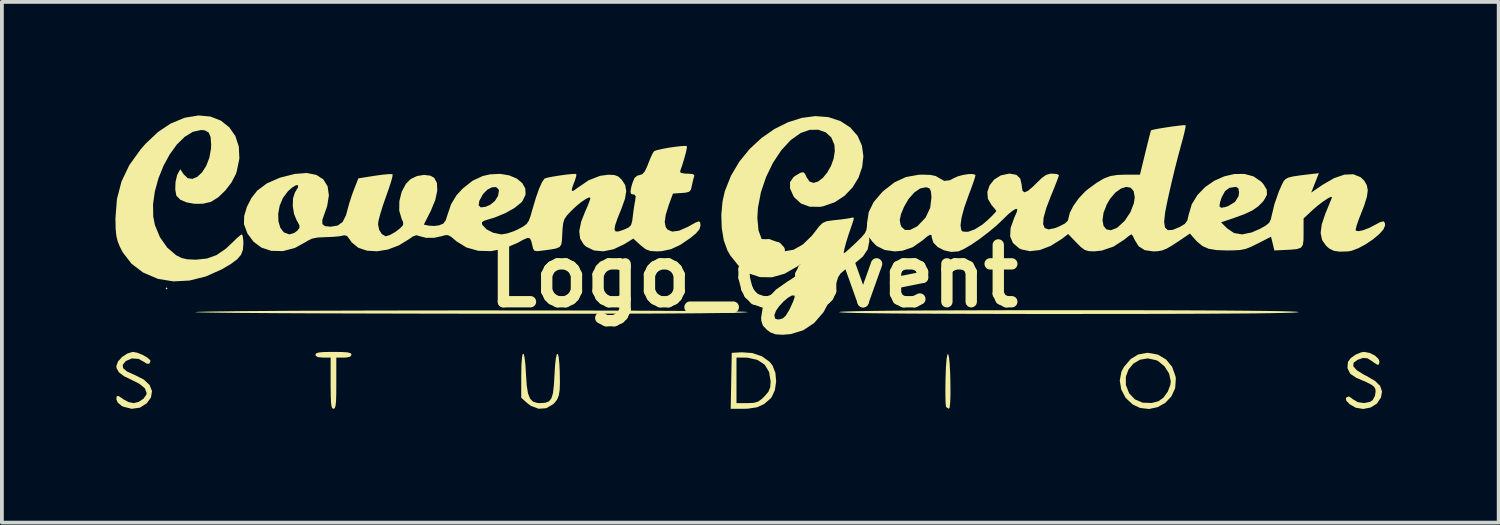
<source format=kicad_pcb>
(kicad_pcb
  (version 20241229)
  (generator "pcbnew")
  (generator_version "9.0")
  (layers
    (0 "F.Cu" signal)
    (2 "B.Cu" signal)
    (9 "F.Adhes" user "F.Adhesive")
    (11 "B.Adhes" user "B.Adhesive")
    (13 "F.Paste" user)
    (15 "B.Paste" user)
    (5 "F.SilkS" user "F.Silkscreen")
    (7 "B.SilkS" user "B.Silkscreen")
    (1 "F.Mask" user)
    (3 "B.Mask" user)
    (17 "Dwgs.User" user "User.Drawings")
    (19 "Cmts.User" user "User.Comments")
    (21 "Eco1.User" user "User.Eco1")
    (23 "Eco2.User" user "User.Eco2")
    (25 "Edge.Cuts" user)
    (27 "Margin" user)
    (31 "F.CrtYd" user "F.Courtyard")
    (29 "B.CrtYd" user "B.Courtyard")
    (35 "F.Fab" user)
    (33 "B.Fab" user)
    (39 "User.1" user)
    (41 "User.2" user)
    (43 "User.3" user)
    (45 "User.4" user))
  (footprint "Logo_Covent"
    (layer "F.Cu")
    (at 16.856 4.242)
    (property "Reference" "Logo_Covent" (at 0 0 0) (layer "F.SilkS") (effects (font (size 1.5 1.5) (thickness 0.3))))
    (attr board_only exclude_from_pos_files exclude_from_bom)
    (fp_poly (pts (xy -15.48 0.326) (xy -15.506 0.351) (xy -15.531 0.326) (xy -15.506 0.301)) (stroke (width 0) (type solid)) (fill yes) (layer "F.SilkS"))
    (fp_poly (pts (xy 5.161 2.137) (xy 5.18 2.31) (xy 5.194 2.577) (xy 5.199 2.78) (xy 5.202 3.11) (xy 5.195 3.34) (xy 5.18 3.472) (xy 5.16 3.507) (xy 5.096 3.467) (xy 5.082 3.442) (xy 5.074 3.369) (xy 5.069 3.218) (xy 5.067 3.008) (xy 5.07 2.761) (xy 5.071 2.715) (xy 5.082 2.404) (xy 5.099 2.191) (xy 5.119 2.077) (xy 5.14 2.059)) (stroke (width 0) (type solid)) (fill yes) (layer "F.SilkS"))
    (fp_poly (pts (xy -10.87 2.007) (xy -10.726 2.016) (xy -10.649 2.036) (xy -10.622 2.068) (xy -10.621 2.079) (xy -10.654 2.131) (xy -10.764 2.153) (xy -10.821 2.154) (xy -11.022 2.154) (xy -11.022 2.831) (xy -11.023 3.108) (xy -11.029 3.299) (xy -11.041 3.42) (xy -11.06 3.484) (xy -11.088 3.506) (xy -11.097 3.507) (xy -11.128 3.493) (xy -11.149 3.44) (xy -11.162 3.335) (xy -11.169 3.162) (xy -11.172 2.907) (xy -11.172 2.831) (xy -11.172 2.154) (xy -11.372 2.154) (xy -11.512 2.142) (xy -11.569 2.101) (xy -11.573 2.079) (xy -11.556 2.043) (xy -11.493 2.021) (xy -11.369 2.008) (xy -11.166 2.004) (xy -11.097 2.004)) (stroke (width 0) (type solid)) (fill yes) (layer "F.SilkS"))
    (fp_poly (pts (xy -0.031 2.034) (xy 0.224 2.122) (xy 0.425 2.267) (xy 0.502 2.364) (xy 0.577 2.559) (xy 0.597 2.788) (xy 0.563 3.014) (xy 0.478 3.199) (xy 0.448 3.235) (xy 0.278 3.382) (xy 0.088 3.468) (xy -0.154 3.504) (xy -0.274 3.507) (xy -0.604 3.507) (xy -0.59 2.768) (xy -0.59 2.755) (xy -0.451 2.755) (xy -0.451 3.357) (xy -0.17 3.357) (xy 0.002 3.35) (xy 0.117 3.318) (xy 0.218 3.246) (xy 0.281 3.186) (xy 0.39 3.06) (xy 0.44 2.94) (xy 0.451 2.784) (xy 0.41 2.532) (xy 0.292 2.34) (xy 0.1 2.214) (xy -0.161 2.157) (xy -0.249 2.154) (xy -0.451 2.154) (xy -0.451 2.755) (xy -0.59 2.755) (xy -0.576 2.029) (xy -0.314 2.014)) (stroke (width 0) (type solid)) (fill yes) (layer "F.SilkS"))
    (fp_poly (pts (xy -6.049 2.149) (xy -6.027 2.342) (xy -6.012 2.588) (xy -5.992 2.887) (xy -5.958 3.1) (xy -5.903 3.24) (xy -5.822 3.32) (xy -5.708 3.353) (xy -5.638 3.357) (xy -5.501 3.347) (xy -5.404 3.31) (xy -5.339 3.229) (xy -5.298 3.09) (xy -5.274 2.878) (xy -5.26 2.634) (xy -5.243 2.354) (xy -5.221 2.164) (xy -5.196 2.064) (xy -5.17 2.058) (xy -5.147 2.146) (xy -5.129 2.332) (xy -5.12 2.53) (xy -5.115 2.811) (xy -5.122 3.013) (xy -5.145 3.156) (xy -5.188 3.261) (xy -5.255 3.347) (xy -5.295 3.386) (xy -5.475 3.491) (xy -5.676 3.506) (xy -5.878 3.432) (xy -5.973 3.361) (xy -6.137 3.215) (xy -6.137 2.635) (xy -6.132 2.348) (xy -6.117 2.155) (xy -6.097 2.057) (xy -6.073 2.055)) (stroke (width 0) (type solid)) (fill yes) (layer "F.SilkS"))
    (fp_poly (pts (xy 10.68 2.075) (xy 10.897 2.204) (xy 11.058 2.401) (xy 11.147 2.652) (xy 11.155 2.712) (xy 11.137 2.962) (xy 11.039 3.177) (xy 10.879 3.348) (xy 10.675 3.463) (xy 10.446 3.512) (xy 10.209 3.484) (xy 10.015 3.393) (xy 9.828 3.217) (xy 9.713 2.998) (xy 9.674 2.76) (xy 9.692 2.662) (xy 9.834 2.662) (xy 9.835 2.876) (xy 9.92 3.095) (xy 10.073 3.257) (xy 10.279 3.345) (xy 10.517 3.353) (xy 10.693 3.308) (xy 10.828 3.212) (xy 10.942 3.054) (xy 11.011 2.872) (xy 11.021 2.78) (xy 10.977 2.577) (xy 10.858 2.388) (xy 10.691 2.249) (xy 10.642 2.225) (xy 10.416 2.175) (xy 10.209 2.21) (xy 10.034 2.313) (xy 9.905 2.469) (xy 9.834 2.662) (xy 9.692 2.662) (xy 9.717 2.527) (xy 9.782 2.404) (xy 9.961 2.194) (xy 10.157 2.073) (xy 10.39 2.029) (xy 10.421 2.029)) (stroke (width 0) (type solid)) (fill yes) (layer "F.SilkS"))
    (fp_poly (pts (xy 9.343 0.902) (xy 10.279 0.903) (xy 11.121 0.905) (xy 11.869 0.908) (xy 12.522 0.912) (xy 13.079 0.917) (xy 13.54 0.922) (xy 13.903 0.928) (xy 14.168 0.935) (xy 14.335 0.942) (xy 14.402 0.951) (xy 14.403 0.952) (xy 14.359 0.96) (xy 14.214 0.968) (xy 13.97 0.975) (xy 13.626 0.981) (xy 13.182 0.987) (xy 12.639 0.991) (xy 11.997 0.995) (xy 11.256 0.998) (xy 10.416 1) (xy 9.477 1.001) (xy 8.44 1.002) (xy 8.344 1.002) (xy 7.305 1.002) (xy 6.362 1) (xy 5.515 0.998) (xy 4.765 0.995) (xy 4.112 0.992) (xy 3.556 0.987) (xy 3.098 0.982) (xy 2.739 0.976) (xy 2.478 0.969) (xy 2.317 0.961) (xy 2.255 0.953) (xy 2.254 0.952) (xy 2.304 0.943) (xy 2.454 0.936) (xy 2.703 0.929) (xy 3.051 0.922) (xy 3.498 0.917) (xy 4.042 0.912) (xy 4.684 0.909) (xy 5.423 0.906) (xy 6.259 0.904) (xy 7.191 0.902) (xy 8.218 0.902) (xy 8.313 0.902)) (stroke (width 0) (type solid)) (fill yes) (layer "F.SilkS"))
    (fp_poly (pts (xy -16.275 2.027) (xy -16.14 2.082) (xy -16.017 2.152) (xy -15.941 2.22) (xy -15.931 2.245) (xy -15.962 2.317) (xy -16.037 2.312) (xy -16.081 2.28) (xy -16.244 2.189) (xy -16.423 2.176) (xy -16.581 2.245) (xy -16.585 2.247) (xy -16.664 2.344) (xy -16.654 2.434) (xy -16.55 2.522) (xy -16.35 2.612) (xy -16.345 2.614) (xy -16.107 2.734) (xy -15.954 2.879) (xy -15.89 3.04) (xy -15.919 3.209) (xy -16.028 3.36) (xy -16.209 3.476) (xy -16.425 3.507) (xy -16.65 3.451) (xy -16.695 3.428) (xy -16.796 3.343) (xy -16.833 3.255) (xy -16.823 3.176) (xy -16.779 3.167) (xy -16.686 3.226) (xy -16.646 3.256) (xy -16.509 3.329) (xy -16.375 3.357) (xy -16.24 3.323) (xy -16.117 3.241) (xy -16.041 3.137) (xy -16.032 3.091) (xy -16.079 2.966) (xy -16.222 2.847) (xy -16.407 2.754) (xy -16.63 2.646) (xy -16.765 2.543) (xy -16.827 2.433) (xy -16.833 2.376) (xy -16.79 2.259) (xy -16.683 2.14) (xy -16.544 2.047) (xy -16.403 2.004) (xy -16.391 2.004)) (stroke (width 0) (type solid)) (fill yes) (layer "F.SilkS"))
    (fp_poly (pts (xy 16.276 2.031) (xy 16.414 2.1) (xy 16.509 2.19) (xy 16.533 2.256) (xy 16.522 2.334) (xy 16.479 2.344) (xy 16.385 2.285) (xy 16.346 2.254) (xy 16.217 2.173) (xy 16.1 2.163) (xy 15.956 2.213) (xy 15.85 2.291) (xy 15.842 2.383) (xy 15.934 2.488) (xy 16.125 2.606) (xy 16.188 2.637) (xy 16.417 2.77) (xy 16.553 2.904) (xy 16.601 3.051) (xy 16.574 3.207) (xy 16.467 3.369) (xy 16.302 3.472) (xy 16.106 3.511) (xy 15.906 3.478) (xy 15.746 3.385) (xy 15.657 3.293) (xy 15.646 3.229) (xy 15.663 3.205) (xy 15.725 3.18) (xy 15.806 3.232) (xy 15.826 3.251) (xy 15.962 3.331) (xy 16.129 3.355) (xy 16.285 3.324) (xy 16.354 3.278) (xy 16.413 3.17) (xy 16.432 3.058) (xy 16.425 2.985) (xy 16.393 2.926) (xy 16.319 2.869) (xy 16.188 2.802) (xy 15.983 2.714) (xy 15.921 2.688) (xy 15.762 2.581) (xy 15.688 2.431) (xy 15.701 2.269) (xy 15.774 2.169) (xy 15.905 2.076) (xy 16.053 2.015) (xy 16.129 2.004)) (stroke (width 0) (type solid)) (fill yes) (layer "F.SilkS"))
    (fp_poly (pts (xy -6.31 0.909) (xy -5.584 0.909) (xy -4.875 0.91) (xy -4.189 0.912) (xy -3.535 0.914) (xy -2.919 0.916) (xy -2.347 0.919) (xy -1.826 0.922) (xy -1.362 0.926) (xy -0.964 0.93) (xy -0.637 0.934) (xy -0.389 0.939) (xy -0.225 0.944) (xy -0.153 0.95) (xy -0.15 0.952) (xy -0.2 0.959) (xy -0.35 0.967) (xy -0.599 0.973) (xy -0.949 0.978) (xy -1.398 0.983) (xy -1.947 0.987) (xy -2.597 0.991) (xy -3.346 0.993) (xy -4.195 0.995) (xy -5.145 0.996) (xy -6.194 0.996) (xy -7.344 0.995) (xy -7.552 0.995) (xy -8.401 0.994) (xy -9.22 0.992) (xy -10.003 0.99) (xy -10.746 0.988) (xy -11.442 0.986) (xy -12.087 0.983) (xy -12.675 0.98) (xy -13.201 0.976) (xy -13.66 0.973) (xy -14.046 0.969) (xy -14.354 0.965) (xy -14.579 0.961) (xy -14.715 0.957) (xy -14.757 0.953) (xy -14.754 0.952) (xy -14.673 0.946) (xy -14.5 0.941) (xy -14.243 0.936) (xy -13.908 0.932) (xy -13.503 0.927) (xy -13.034 0.924) (xy -12.507 0.92) (xy -11.93 0.917) (xy -11.309 0.915) (xy -10.652 0.913) (xy -9.964 0.911) (xy -9.253 0.91) (xy -8.525 0.909) (xy -7.787 0.908) (xy -7.047 0.908)) (stroke (width 0) (type solid)) (fill yes) (layer "F.SilkS"))
    (fp_poly (pts (xy -14.345 -4.213) (xy -14.072 -4.106) (xy -13.851 -3.931) (xy -13.689 -3.699) (xy -13.597 -3.419) (xy -13.583 -3.101) (xy -13.655 -2.755) (xy -13.676 -2.693) (xy -13.789 -2.475) (xy -13.952 -2.262) (xy -14.138 -2.083) (xy -14.322 -1.966) (xy -14.344 -1.957) (xy -14.548 -1.91) (xy -14.767 -1.908) (xy -14.974 -1.945) (xy -15.141 -2.015) (xy -15.241 -2.115) (xy -15.249 -2.131) (xy -15.277 -2.291) (xy -15.269 -2.486) (xy -15.229 -2.659) (xy -15.21 -2.701) (xy -15.143 -2.822) (xy -15.055 -2.688) (xy -14.946 -2.585) (xy -14.821 -2.567) (xy -14.691 -2.623) (xy -14.567 -2.741) (xy -14.458 -2.911) (xy -14.377 -3.121) (xy -14.333 -3.36) (xy -14.328 -3.47) (xy -14.343 -3.672) (xy -14.394 -3.792) (xy -14.493 -3.848) (xy -14.591 -3.858) (xy -14.811 -3.81) (xy -15.028 -3.677) (xy -15.235 -3.473) (xy -15.424 -3.212) (xy -15.588 -2.91) (xy -15.721 -2.58) (xy -15.815 -2.238) (xy -15.863 -1.898) (xy -15.858 -1.575) (xy -15.814 -1.346) (xy -15.681 -1.025) (xy -15.489 -0.752) (xy -15.256 -0.552) (xy -15.25 -0.548) (xy -15.112 -0.478) (xy -14.962 -0.443) (xy -14.76 -0.433) (xy -14.723 -0.433) (xy -14.438 -0.463) (xy -14.187 -0.554) (xy -13.945 -0.718) (xy -13.754 -0.898) (xy -13.64 -1.009) (xy -13.551 -1.083) (xy -13.516 -1.102) (xy -13.494 -1.057) (xy -13.479 -0.942) (xy -13.477 -0.849) (xy -13.49 -0.691) (xy -13.539 -0.562) (xy -13.639 -0.444) (xy -13.802 -0.322) (xy -14.044 -0.179) (xy -14.052 -0.175) (xy -14.472 0.012) (xy -14.902 0.119) (xy -15.325 0.141) (xy -15.722 0.077) (xy -15.75 0.068) (xy -16.126 -0.093) (xy -16.43 -0.324) (xy -16.664 -0.626) (xy -16.742 -0.777) (xy -16.798 -0.918) (xy -16.833 -1.063) (xy -16.851 -1.242) (xy -16.856 -1.485) (xy -16.856 -1.528) (xy -16.817 -2.034) (xy -16.697 -2.496) (xy -16.49 -2.93) (xy -16.19 -3.347) (xy -16.057 -3.498) (xy -15.732 -3.805) (xy -15.402 -4.026) (xy -15.047 -4.174) (xy -15.009 -4.185) (xy -14.66 -4.242)) (stroke (width 0) (type solid)) (fill yes) (layer "F.SilkS"))
    (fp_poly (pts (xy -1.762 -3.432) (xy -1.763 -3.376) (xy -1.79 -3.252) (xy -1.835 -3.089) (xy -1.889 -2.913) (xy -1.941 -2.768) (xy -1.922 -2.725) (xy -1.817 -2.707) (xy -1.753 -2.705) (xy -1.619 -2.697) (xy -1.567 -2.669) (xy -1.57 -2.634) (xy -1.597 -2.537) (xy -1.628 -2.399) (xy -1.63 -2.386) (xy -1.657 -2.278) (xy -1.706 -2.224) (xy -1.806 -2.201) (xy -1.896 -2.194) (xy -2.129 -2.179) (xy -2.239 -1.879) (xy -2.32 -1.619) (xy -2.347 -1.429) (xy -2.32 -1.294) (xy -2.273 -1.228) (xy -2.15 -1.174) (xy -1.968 -1.198) (xy -1.734 -1.3) (xy -1.674 -1.334) (xy -1.527 -1.416) (xy -1.446 -1.444) (xy -1.411 -1.419) (xy -1.403 -1.34) (xy -1.403 -1.329) (xy -1.431 -1.233) (xy -1.524 -1.124) (xy -1.668 -1.005) (xy -1.94 -0.821) (xy -2.182 -0.709) (xy -2.422 -0.658) (xy -2.554 -0.651) (xy -2.726 -0.662) (xy -2.85 -0.708) (xy -2.98 -0.81) (xy -2.991 -0.82) (xy -3.176 -0.989) (xy -3.42 -0.839) (xy -3.697 -0.708) (xy -3.968 -0.653) (xy -4.215 -0.676) (xy -4.421 -0.775) (xy -4.488 -0.836) (xy -4.582 -0.993) (xy -4.604 -1.189) (xy -4.554 -1.435) (xy -4.459 -1.678) (xy -4.385 -1.848) (xy -4.332 -1.984) (xy -4.309 -2.058) (xy -4.308 -2.062) (xy -4.342 -2.078) (xy -4.43 -2.037) (xy -4.555 -1.952) (xy -4.698 -1.834) (xy -4.821 -1.716) (xy -4.931 -1.6) (xy -4.995 -1.504) (xy -5.029 -1.396) (xy -5.046 -1.239) (xy -5.052 -1.129) (xy -5.061 -0.954) (xy -5.077 -0.84) (xy -5.121 -0.77) (xy -5.209 -0.73) (xy -5.361 -0.701) (xy -5.571 -0.673) (xy -5.714 -0.657) (xy -5.788 -0.669) (xy -5.823 -0.721) (xy -5.838 -0.784) (xy -5.872 -0.924) (xy -5.909 -0.997) (xy -5.972 -1.007) (xy -6.083 -0.96) (xy -6.234 -0.877) (xy -6.58 -0.728) (xy -6.932 -0.658) (xy -7.272 -0.667) (xy -7.583 -0.754) (xy -7.849 -0.918) (xy -7.868 -0.935) (xy -7.989 -1.037) (xy -8.073 -1.081) (xy -8.156 -1.078) (xy -8.223 -1.057) (xy -8.434 -1.011) (xy -8.646 -1.009) (xy -8.814 -1.051) (xy -8.824 -1.056) (xy -8.906 -1.078) (xy -8.999 -1.046) (xy -9.096 -0.978) (xy -9.371 -0.809) (xy -9.66 -0.7) (xy -9.946 -0.654) (xy -10.212 -0.67) (xy -10.44 -0.747) (xy -10.614 -0.887) (xy -10.666 -0.963) (xy -10.739 -1.06) (xy -10.816 -1.078) (xy -10.846 -1.069) (xy -10.946 -1.05) (xy -11.11 -1.035) (xy -11.299 -1.028) (xy -11.513 -1.018) (xy -11.662 -0.989) (xy -11.779 -0.932) (xy -11.81 -0.911) (xy -12.118 -0.741) (xy -12.434 -0.659) (xy -12.742 -0.666) (xy -13.001 -0.752) (xy -13.207 -0.905) (xy -13.369 -1.122) (xy -13.459 -1.365) (xy -13.462 -1.38) (xy -13.455 -1.589) (xy -13.438 -1.646) (xy -12.557 -1.646) (xy -12.551 -1.445) (xy -12.501 -1.275) (xy -12.408 -1.154) (xy -12.271 -1.103) (xy -12.253 -1.102) (xy -12.133 -1.138) (xy -12.051 -1.2) (xy -11.998 -1.269) (xy -11.994 -1.331) (xy -12.042 -1.427) (xy -12.068 -1.469) (xy -12.14 -1.644) (xy -12.172 -1.851) (xy -12.165 -2.052) (xy -12.115 -2.21) (xy -12.1 -2.232) (xy -12.032 -2.346) (xy -12.032 -2.401) (xy -12.089 -2.398) (xy -12.191 -2.336) (xy -12.3 -2.239) (xy -12.432 -2.063) (xy -12.518 -1.859) (xy -12.557 -1.646) (xy -13.438 -1.646) (xy -13.384 -1.828) (xy -13.263 -2.064) (xy -13.11 -2.258) (xy -12.857 -2.447) (xy -12.518 -2.596) (xy -12.117 -2.698) (xy -11.801 -2.722) (xy -11.549 -2.672) (xy -11.364 -2.552) (xy -11.252 -2.37) (xy -11.218 -2.131) (xy -11.265 -1.842) (xy -11.331 -1.656) (xy -11.392 -1.48) (xy -11.39 -1.372) (xy -11.321 -1.319) (xy -11.175 -1.304) (xy -11.172 -1.304) (xy -10.985 -1.334) (xy -10.854 -1.43) (xy -10.766 -1.607) (xy -10.74 -1.703) (xy -10.684 -1.91) (xy -10.608 -2.144) (xy -10.558 -2.279) (xy -10.44 -2.58) (xy -10.003 -2.65) (xy -9.805 -2.677) (xy -9.645 -2.692) (xy -9.55 -2.693) (xy -9.535 -2.688) (xy -9.539 -2.631) (xy -9.573 -2.501) (xy -9.633 -2.316) (xy -9.711 -2.095) (xy -9.712 -2.092) (xy -9.794 -1.856) (xy -9.861 -1.638) (xy -9.906 -1.466) (xy -9.92 -1.369) (xy -9.891 -1.223) (xy -9.818 -1.107) (xy -9.724 -1.053) (xy -9.712 -1.052) (xy -9.605 -1.084) (xy -9.464 -1.164) (xy -9.333 -1.265) (xy -9.26 -1.344) (xy -9.255 -1.417) (xy -9.295 -1.507) (xy -9.36 -1.726) (xy -9.357 -1.976) (xy -9.296 -2.224) (xy -9.182 -2.437) (xy -9.058 -2.562) (xy -8.89 -2.642) (xy -8.704 -2.672) (xy -8.535 -2.651) (xy -8.435 -2.594) (xy -8.363 -2.455) (xy -8.355 -2.254) (xy -8.409 -2.006) (xy -8.524 -1.726) (xy -8.534 -1.706) (xy -8.71 -1.359) (xy -8.576 -1.331) (xy -8.425 -1.323) (xy -8.294 -1.343) (xy -8.193 -1.388) (xy -8.131 -1.475) (xy -8.089 -1.606) (xy -8 -1.868) (xy -7.262 -1.868) (xy -7.207 -1.814) (xy -7.083 -1.828) (xy -6.959 -1.881) (xy -6.832 -1.983) (xy -6.749 -2.12) (xy -6.727 -2.256) (xy -6.736 -2.291) (xy -6.802 -2.35) (xy -6.909 -2.344) (xy -7.031 -2.282) (xy -7.14 -2.173) (xy -7.15 -2.159) (xy -7.245 -1.985) (xy -7.262 -1.868) (xy -8 -1.868) (xy -7.99 -1.897) (xy -7.848 -2.132) (xy -7.682 -2.312) (xy -7.422 -2.518) (xy -7.154 -2.642) (xy -6.971 -2.685) (xy -6.698 -2.7) (xy -6.456 -2.66) (xy -6.256 -2.576) (xy -6.11 -2.456) (xy -6.029 -2.311) (xy -6.022 -2.151) (xy -6.102 -1.984) (xy -6.139 -1.94) (xy -6.313 -1.799) (xy -6.554 -1.663) (xy -6.833 -1.548) (xy -6.975 -1.505) (xy -7.114 -1.462) (xy -7.174 -1.423) (xy -7.173 -1.372) (xy -7.161 -1.347) (xy -7.052 -1.233) (xy -6.881 -1.145) (xy -6.686 -1.104) (xy -6.646 -1.102) (xy -6.505 -1.126) (xy -6.327 -1.186) (xy -6.21 -1.24) (xy -6.08 -1.311) (xy -5.996 -1.375) (xy -5.938 -1.458) (xy -5.891 -1.587) (xy -5.836 -1.779) (xy -5.748 -2.073) (xy -5.663 -2.313) (xy -5.586 -2.484) (xy -5.523 -2.572) (xy -5.517 -2.576) (xy -5.445 -2.599) (xy -5.309 -2.626) (xy -5.138 -2.653) (xy -4.961 -2.678) (xy -4.807 -2.694) (xy -4.705 -2.699) (xy -4.682 -2.694) (xy -4.684 -2.638) (xy -4.719 -2.526) (xy -4.734 -2.489) (xy -4.793 -2.329) (xy -4.801 -2.252) (xy -4.754 -2.253) (xy -4.652 -2.328) (xy -4.358 -2.529) (xy -4.056 -2.647) (xy -3.841 -2.676) (xy -3.679 -2.669) (xy -3.574 -2.63) (xy -3.481 -2.543) (xy -3.478 -2.54) (xy -3.39 -2.401) (xy -3.363 -2.242) (xy -3.396 -2.043) (xy -3.486 -1.79) (xy -3.593 -1.526) (xy -3.655 -1.342) (xy -3.673 -1.23) (xy -3.644 -1.178) (xy -3.568 -1.178) (xy -3.444 -1.219) (xy -3.417 -1.229) (xy -3.3 -1.283) (xy -3.237 -1.345) (xy -3.206 -1.45) (xy -3.191 -1.568) (xy -3.167 -1.756) (xy -3.14 -1.931) (xy -3.128 -1.991) (xy -3.114 -2.105) (xy -3.142 -2.15) (xy -3.175 -2.154) (xy -3.234 -2.169) (xy -3.252 -2.226) (xy -3.232 -2.344) (xy -3.199 -2.459) (xy -3.143 -2.594) (xy -3.065 -2.655) (xy -3.016 -2.665) (xy -2.937 -2.692) (xy -2.873 -2.764) (xy -2.807 -2.904) (xy -2.783 -2.968) (xy -2.719 -3.128) (xy -2.661 -3.249) (xy -2.628 -3.298) (xy -2.559 -3.325) (xy -2.424 -3.356) (xy -2.251 -3.388) (xy -2.07 -3.415) (xy -1.908 -3.433) (xy -1.796 -3.438)) (stroke (width 0) (type solid)) (fill yes) (layer "F.SilkS"))
    (fp_poly (pts (xy 1.974 -4.199) (xy 2.294 -4.094) (xy 2.552 -3.927) (xy 2.748 -3.704) (xy 2.863 -3.445) (xy 2.901 -3.165) (xy 2.869 -2.879) (xy 2.773 -2.599) (xy 2.616 -2.342) (xy 2.405 -2.121) (xy 2.146 -1.95) (xy 1.844 -1.844) (xy 1.753 -1.828) (xy 1.482 -1.832) (xy 1.253 -1.916) (xy 1.079 -2.075) (xy 1.053 -2.114) (xy 0.963 -2.317) (xy 0.964 -2.483) (xy 1.057 -2.615) (xy 1.115 -2.656) (xy 1.242 -2.729) (xy 1.315 -2.744) (xy 1.363 -2.695) (xy 1.403 -2.605) (xy 1.484 -2.492) (xy 1.589 -2.461) (xy 1.708 -2.499) (xy 1.831 -2.594) (xy 1.946 -2.734) (xy 2.045 -2.907) (xy 2.115 -3.1) (xy 2.146 -3.3) (xy 2.135 -3.467) (xy 2.054 -3.661) (xy 1.906 -3.796) (xy 1.71 -3.865) (xy 1.484 -3.862) (xy 1.25 -3.781) (xy 0.982 -3.593) (xy 0.733 -3.323) (xy 0.512 -2.99) (xy 0.33 -2.614) (xy 0.194 -2.212) (xy 0.116 -1.803) (xy 0.1 -1.536) (xy 0.131 -1.203) (xy 0.225 -0.948) (xy 0.381 -0.772) (xy 0.599 -0.674) (xy 0.804 -0.651) (xy 1.058 -0.696) (xy 1.301 -0.833) (xy 1.539 -1.064) (xy 1.628 -1.177) (xy 1.739 -1.32) (xy 1.826 -1.403) (xy 1.925 -1.446) (xy 2.071 -1.469) (xy 2.154 -1.478) (xy 2.337 -1.499) (xy 2.489 -1.52) (xy 2.568 -1.535) (xy 2.626 -1.549) (xy 2.649 -1.532) (xy 2.635 -1.464) (xy 2.588 -1.324) (xy 2.581 -1.304) (xy 2.504 -1.078) (xy 2.442 -0.877) (xy 2.4 -0.718) (xy 2.382 -0.621) (xy 2.386 -0.601) (xy 2.432 -0.633) (xy 2.531 -0.719) (xy 2.663 -0.841) (xy 2.704 -0.88) (xy 2.85 -1.023) (xy 2.938 -1.126) (xy 2.981 -1.217) (xy 2.996 -1.322) (xy 2.998 -1.402) (xy 3.011 -1.483) (xy 3.862 -1.483) (xy 3.881 -1.362) (xy 3.909 -1.299) (xy 4.001 -1.217) (xy 4.136 -1.219) (xy 4.306 -1.304) (xy 4.342 -1.331) (xy 4.542 -1.541) (xy 4.665 -1.799) (xy 4.7 -2.079) (xy 4.699 -2.095) (xy 4.684 -2.239) (xy 4.652 -2.312) (xy 4.586 -2.34) (xy 4.553 -2.345) (xy 4.403 -2.315) (xy 4.243 -2.205) (xy 4.091 -2.03) (xy 3.976 -1.831) (xy 3.893 -1.63) (xy 3.862 -1.483) (xy 3.011 -1.483) (xy 3.042 -1.687) (xy 3.172 -1.954) (xy 3.395 -2.214) (xy 3.431 -2.249) (xy 3.726 -2.477) (xy 4.026 -2.615) (xy 4.356 -2.675) (xy 4.466 -2.679) (xy 4.677 -2.671) (xy 4.814 -2.642) (xy 4.896 -2.593) (xy 5.036 -2.514) (xy 5.186 -2.53) (xy 5.278 -2.58) (xy 5.392 -2.632) (xy 5.537 -2.672) (xy 5.684 -2.694) (xy 5.801 -2.694) (xy 5.86 -2.669) (xy 5.862 -2.66) (xy 5.844 -2.591) (xy 5.798 -2.451) (xy 5.731 -2.265) (xy 5.683 -2.14) (xy 5.566 -1.81) (xy 5.494 -1.54) (xy 5.467 -1.339) (xy 5.487 -1.213) (xy 5.527 -1.174) (xy 5.666 -1.169) (xy 5.846 -1.234) (xy 6.045 -1.359) (xy 6.181 -1.475) (xy 6.301 -1.591) (xy 6.384 -1.679) (xy 6.413 -1.716) (xy 6.382 -1.764) (xy 6.306 -1.853) (xy 6.287 -1.874) (xy 6.19 -2.041) (xy 6.176 -2.222) (xy 6.236 -2.398) (xy 6.357 -2.549) (xy 6.53 -2.658) (xy 6.744 -2.704) (xy 6.77 -2.705) (xy 6.942 -2.674) (xy 7.045 -2.576) (xy 7.084 -2.403) (xy 7.085 -2.376) (xy 7.103 -2.255) (xy 7.154 -2.212) (xy 7.245 -2.248) (xy 7.383 -2.364) (xy 7.474 -2.455) (xy 7.618 -2.594) (xy 7.728 -2.671) (xy 7.831 -2.702) (xy 7.891 -2.705) (xy 8.007 -2.695) (xy 8.064 -2.669) (xy 8.066 -2.663) (xy 8.048 -2.602) (xy 7.998 -2.47) (xy 7.926 -2.288) (xy 7.864 -2.138) (xy 7.735 -1.803) (xy 7.663 -1.549) (xy 7.649 -1.371) (xy 7.692 -1.266) (xy 7.795 -1.232) (xy 7.957 -1.265) (xy 8.056 -1.303) (xy 8.221 -1.386) (xy 8.302 -1.462) (xy 8.305 -1.474) (xy 9.218 -1.474) (xy 9.245 -1.325) (xy 9.32 -1.233) (xy 9.437 -1.21) (xy 9.59 -1.268) (xy 9.62 -1.288) (xy 9.805 -1.46) (xy 9.954 -1.684) (xy 10.047 -1.924) (xy 10.069 -2.082) (xy 10.04 -2.244) (xy 9.961 -2.334) (xy 9.844 -2.355) (xy 9.706 -2.311) (xy 9.559 -2.206) (xy 9.419 -2.042) (xy 9.33 -1.891) (xy 9.244 -1.667) (xy 9.218 -1.474) (xy 8.305 -1.474) (xy 8.316 -1.515) (xy 8.353 -1.669) (xy 8.45 -1.857) (xy 8.59 -2.053) (xy 8.755 -2.229) (xy 8.838 -2.299) (xy 9.068 -2.466) (xy 9.254 -2.577) (xy 9.425 -2.641) (xy 9.61 -2.671) (xy 9.825 -2.678) (xy 10.207 -2.678) (xy 10.348 -3.255) (xy 10.403 -3.481) (xy 10.45 -3.668) (xy 10.484 -3.797) (xy 10.499 -3.848) (xy 10.552 -3.865) (xy 10.677 -3.89) (xy 10.845 -3.918) (xy 11.03 -3.946) (xy 11.204 -3.969) (xy 11.34 -3.984) (xy 11.409 -3.986) (xy 11.413 -3.984) (xy 11.41 -3.93) (xy 11.383 -3.801) (xy 11.338 -3.62) (xy 11.304 -3.497) (xy 11.219 -3.182) (xy 11.13 -2.836) (xy 11.045 -2.483) (xy 10.969 -2.151) (xy 10.908 -1.866) (xy 10.871 -1.671) (xy 10.846 -1.433) (xy 10.868 -1.282) (xy 10.943 -1.212) (xy 11.074 -1.22) (xy 11.267 -1.3) (xy 11.268 -1.301) (xy 11.394 -1.378) (xy 11.459 -1.469) (xy 11.493 -1.617) (xy 11.494 -1.621) (xy 11.56 -1.843) (xy 12.308 -1.843) (xy 12.351 -1.803) (xy 12.464 -1.823) (xy 12.539 -1.849) (xy 12.718 -1.958) (xy 12.812 -2.111) (xy 12.825 -2.208) (xy 12.808 -2.317) (xy 12.746 -2.354) (xy 12.729 -2.355) (xy 12.57 -2.329) (xy 12.454 -2.242) (xy 12.365 -2.078) (xy 12.322 -1.947) (xy 12.308 -1.843) (xy 11.56 -1.843) (xy 11.576 -1.897) (xy 11.727 -2.142) (xy 11.93 -2.351) (xy 12.171 -2.517) (xy 12.435 -2.634) (xy 12.706 -2.696) (xy 12.969 -2.697) (xy 13.21 -2.631) (xy 13.413 -2.491) (xy 13.468 -2.429) (xy 13.557 -2.28) (xy 13.562 -2.146) (xy 13.481 -1.999) (xy 13.446 -1.956) (xy 13.327 -1.837) (xy 13.181 -1.736) (xy 12.985 -1.642) (xy 12.717 -1.543) (xy 12.677 -1.529) (xy 12.35 -1.419) (xy 12.509 -1.261) (xy 12.69 -1.137) (xy 12.904 -1.1) (xy 13.156 -1.151) (xy 13.376 -1.246) (xy 13.531 -1.333) (xy 13.619 -1.406) (xy 13.664 -1.495) (xy 13.686 -1.592) (xy 13.76 -1.901) (xy 13.876 -2.233) (xy 13.956 -2.415) (xy 14 -2.5) (xy 14.051 -2.56) (xy 14.129 -2.601) (xy 14.251 -2.631) (xy 14.439 -2.659) (xy 14.643 -2.684) (xy 14.933 -2.717) (xy 14.832 -2.461) (xy 14.731 -2.205) (xy 15.029 -2.409) (xy 15.335 -2.586) (xy 15.608 -2.679) (xy 15.842 -2.689) (xy 16.033 -2.613) (xy 16.13 -2.521) (xy 16.2 -2.401) (xy 16.225 -2.264) (xy 16.202 -2.092) (xy 16.131 -1.864) (xy 16.056 -1.672) (xy 15.981 -1.481) (xy 15.928 -1.324) (xy 15.905 -1.224) (xy 15.906 -1.203) (xy 15.972 -1.184) (xy 16.098 -1.209) (xy 16.26 -1.27) (xy 16.415 -1.351) (xy 16.561 -1.428) (xy 16.643 -1.445) (xy 16.678 -1.4) (xy 16.683 -1.339) (xy 16.64 -1.234) (xy 16.527 -1.106) (xy 16.364 -0.97) (xy 16.173 -0.841) (xy 15.977 -0.735) (xy 15.796 -0.667) (xy 15.706 -0.651) (xy 15.483 -0.644) (xy 15.327 -0.667) (xy 15.208 -0.726) (xy 15.126 -0.798) (xy 15.019 -0.95) (xy 14.98 -1.135) (xy 15.009 -1.365) (xy 15.106 -1.654) (xy 15.13 -1.711) (xy 15.201 -1.882) (xy 15.254 -2.013) (xy 15.279 -2.082) (xy 15.28 -2.086) (xy 15.245 -2.09) (xy 15.155 -2.042) (xy 15.028 -1.957) (xy 14.887 -1.847) (xy 14.767 -1.743) (xy 14.529 -1.521) (xy 14.529 -1.137) (xy 14.527 -0.944) (xy 14.509 -0.82) (xy 14.458 -0.748) (xy 14.354 -0.712) (xy 14.18 -0.696) (xy 14.031 -0.689) (xy 13.758 -0.676) (xy 13.714 -0.858) (xy 13.67 -1.039) (xy 13.316 -0.858) (xy 13.138 -0.77) (xy 12.996 -0.716) (xy 12.856 -0.688) (xy 12.678 -0.678) (xy 12.506 -0.676) (xy 12.228 -0.686) (xy 12.022 -0.721) (xy 11.861 -0.791) (xy 11.719 -0.907) (xy 11.638 -0.995) (xy 11.528 -1.122) (xy 11.262 -0.943) (xy 11.058 -0.808) (xy 10.908 -0.722) (xy 10.787 -0.675) (xy 10.668 -0.655) (xy 10.56 -0.651) (xy 10.333 -0.684) (xy 10.172 -0.787) (xy 10.071 -0.95) (xy 10.021 -1.054) (xy 9.985 -1.102) (xy 9.983 -1.102) (xy 9.933 -1.073) (xy 9.838 -1) (xy 9.802 -0.969) (xy 9.511 -0.779) (xy 9.196 -0.672) (xy 8.997 -0.652) (xy 8.854 -0.658) (xy 8.751 -0.688) (xy 8.651 -0.761) (xy 8.53 -0.881) (xy 8.311 -1.11) (xy 8.139 -0.978) (xy 7.85 -0.797) (xy 7.566 -0.688) (xy 7.301 -0.657) (xy 7.071 -0.705) (xy 7.013 -0.735) (xy 6.852 -0.873) (xy 6.778 -1.048) (xy 6.789 -1.267) (xy 6.884 -1.535) (xy 6.948 -1.679) (xy 6.969 -1.753) (xy 6.95 -1.774) (xy 6.917 -1.769) (xy 6.838 -1.722) (xy 6.719 -1.624) (xy 6.609 -1.516) (xy 6.423 -1.339) (xy 6.203 -1.155) (xy 5.97 -0.978) (xy 5.746 -0.825) (xy 5.551 -0.711) (xy 5.413 -0.652) (xy 5.223 -0.637) (xy 5.033 -0.679) (xy 4.866 -0.765) (xy 4.75 -0.883) (xy 4.709 -1.011) (xy 4.7 -1.081) (xy 4.662 -1.092) (xy 4.579 -1.039) (xy 4.469 -0.946) (xy 4.206 -0.762) (xy 3.93 -0.668) (xy 3.731 -0.651) (xy 3.466 -0.688) (xy 3.251 -0.794) (xy 3.134 -0.913) (xy 3.056 -1.024) (xy 3.056 -0.908) (xy 3.015 -0.704) (xy 2.889 -0.516) (xy 2.671 -0.333) (xy 2.581 -0.275) (xy 2.406 -0.161) (xy 2.299 -0.069) (xy 2.237 0.024) (xy 2.203 0.125) (xy 2.046 0.586) (xy 1.846 0.958) (xy 1.601 1.24) (xy 1.314 1.432) (xy 0.983 1.533) (xy 0.768 1.551) (xy 0.584 1.54) (xy 0.452 1.493) (xy 0.355 1.423) (xy 0.246 1.308) (xy 0.204 1.179) (xy 0.2 1.096) (xy 0.21 1.038) (xy 0.551 1.038) (xy 0.567 1.124) (xy 0.634 1.147) (xy 0.689 1.143) (xy 0.776 1.116) (xy 0.852 1.044) (xy 0.936 0.907) (xy 0.971 0.838) (xy 1.041 0.685) (xy 1.082 0.569) (xy 1.086 0.518) (xy 1.017 0.512) (xy 0.913 0.57) (xy 0.794 0.67) (xy 0.68 0.792) (xy 0.593 0.917) (xy 0.552 1.024) (xy 0.551 1.038) (xy 0.21 1.038) (xy 0.243 0.831) (xy 0.373 0.586) (xy 0.595 0.355) (xy 0.912 0.134) (xy 0.983 0.092) (xy 1.182 -0.045) (xy 1.288 -0.182) (xy 1.296 -0.203) (xy 1.326 -0.31) (xy 1.31 -0.343) (xy 1.234 -0.307) (xy 1.151 -0.25) (xy 0.815 -0.06) (xy 0.486 0.033) (xy 0.172 0.029) (xy -0.121 -0.068) (xy -0.385 -0.259) (xy -0.612 -0.54) (xy -0.69 -0.676) (xy -0.786 -0.939) (xy -0.84 -1.263) (xy -0.852 -1.617) (xy -0.82 -1.97) (xy -0.759 -2.241) (xy -0.596 -2.651) (xy -0.373 -3.026) (xy -0.1 -3.36) (xy 0.211 -3.647) (xy 0.55 -3.883) (xy 0.907 -4.061) (xy 1.27 -4.177) (xy 1.629 -4.225)) (stroke (width 0) (type solid)) (fill yes) (layer "F.SilkS")))
  (gr_rect
    (start -3 -3)
    (end 36.539 10.755)
    (stroke (width 0.1) (type default))
    (fill no)
    (layer "Edge.Cuts")))
</source>
